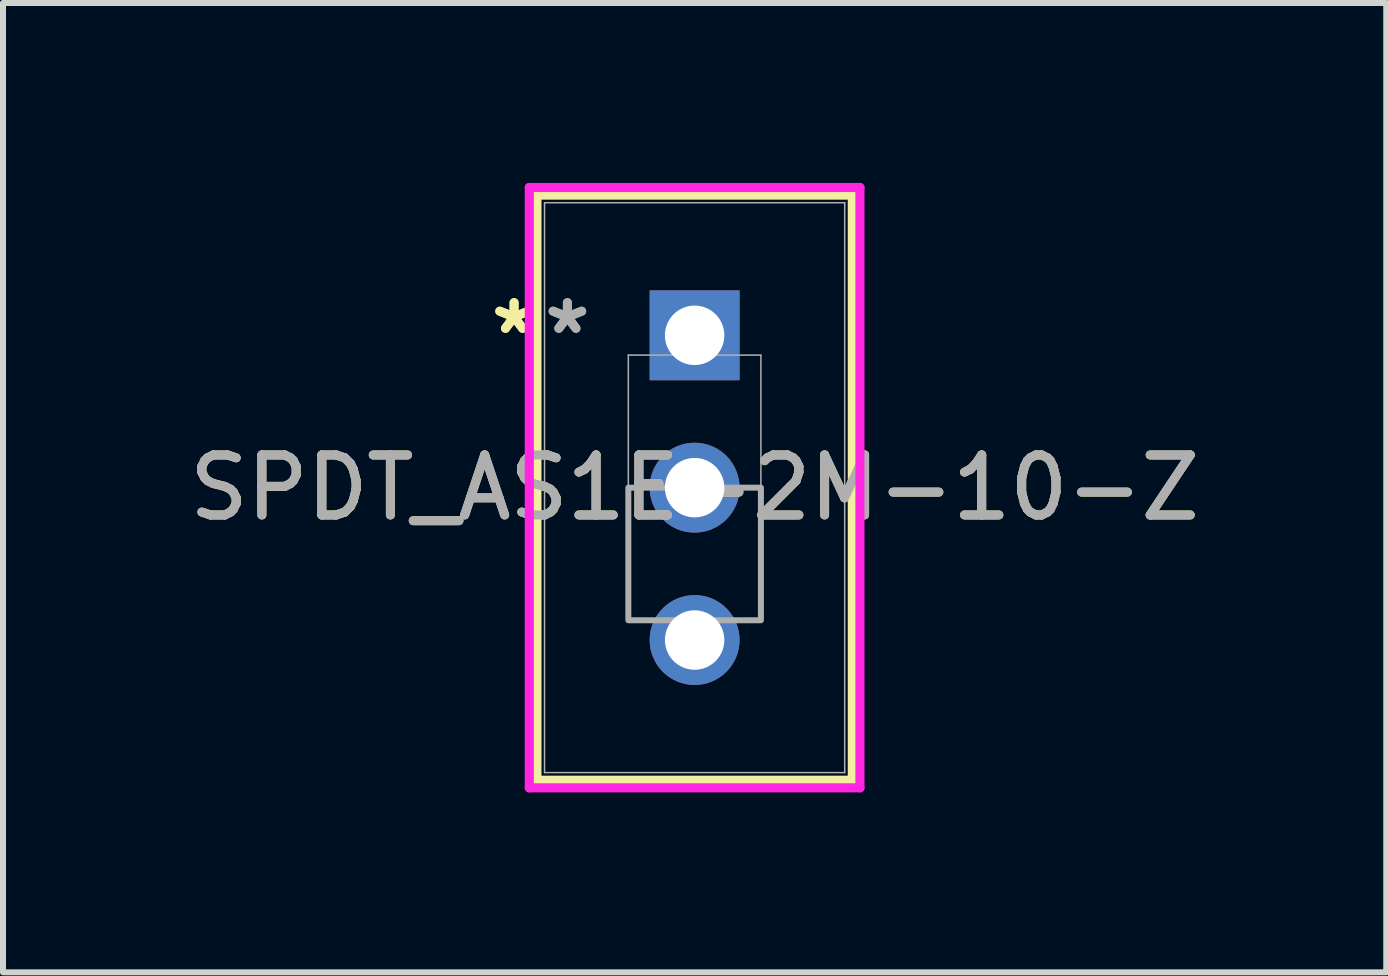
<source format=kicad_pcb>
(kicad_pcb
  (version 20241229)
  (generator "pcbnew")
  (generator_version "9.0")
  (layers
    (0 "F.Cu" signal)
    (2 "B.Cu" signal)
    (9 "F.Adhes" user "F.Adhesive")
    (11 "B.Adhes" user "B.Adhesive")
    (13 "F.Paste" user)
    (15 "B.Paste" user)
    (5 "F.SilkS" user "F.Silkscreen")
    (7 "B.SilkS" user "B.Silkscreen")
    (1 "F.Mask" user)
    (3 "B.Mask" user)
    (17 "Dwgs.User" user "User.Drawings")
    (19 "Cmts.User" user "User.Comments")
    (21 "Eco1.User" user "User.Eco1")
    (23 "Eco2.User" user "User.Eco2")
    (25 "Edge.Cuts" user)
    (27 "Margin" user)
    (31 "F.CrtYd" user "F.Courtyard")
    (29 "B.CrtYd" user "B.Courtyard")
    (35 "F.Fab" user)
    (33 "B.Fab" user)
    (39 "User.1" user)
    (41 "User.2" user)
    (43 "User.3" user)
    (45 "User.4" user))
  (footprint "SPDT_AS1E-2M-10-Z"
    (layer "F.Cu")
    (at 8.53 2.54)
    (property "Reference" "SPDT_AS1E-2M-10-Z" (at 0 2.54 0) (unlocked yes) (layer "F.SilkS") (effects (font (size 1 1) (thickness 0.15))))
    (attr through_hole)
    (fp_line (start -2.629 -2.337) (end -2.629 7.417) (stroke (width 0.152) (type solid)) (layer "F.SilkS"))
    (fp_line (start -2.629 7.417) (end 2.629 7.417) (stroke (width 0.152) (type solid)) (layer "F.SilkS"))
    (fp_line (start 2.629 -2.337) (end -2.629 -2.337) (stroke (width 0.152) (type solid)) (layer "F.SilkS"))
    (fp_line (start 2.629 7.417) (end 2.629 -2.337) (stroke (width 0.152) (type solid)) (layer "F.SilkS"))
    (fp_line (start -2.756 -2.464) (end -2.756 7.544) (stroke (width 0.152) (type solid)) (layer "F.CrtYd"))
    (fp_line (start -2.756 7.544) (end 2.756 7.544) (stroke (width 0.152) (type solid)) (layer "F.CrtYd"))
    (fp_line (start 2.756 -2.464) (end -2.756 -2.464) (stroke (width 0.152) (type solid)) (layer "F.CrtYd"))
    (fp_line (start 2.756 7.544) (end 2.756 -2.464) (stroke (width 0.152) (type solid)) (layer "F.CrtYd"))
    (fp_line (start -2.502 -2.21) (end -2.502 7.29) (stroke (width 0.025) (type solid)) (layer "F.Fab"))
    (fp_line (start -2.502 7.29) (end 2.502 7.29) (stroke (width 0.025) (type solid)) (layer "F.Fab"))
    (fp_line (start -1.105 0.33) (end 1.105 0.33) (stroke (width 0.025) (type solid)) (layer "F.Fab"))
    (fp_line (start -1.105 4.75) (end -1.105 0.33) (stroke (width 0.025) (type solid)) (layer "F.Fab"))
    (fp_line (start 1.105 0.33) (end 1.105 4.75) (stroke (width 0.025) (type solid)) (layer "F.Fab"))
    (fp_line (start 1.105 4.75) (end -1.105 4.75) (stroke (width 0.025) (type solid)) (layer "F.Fab"))
    (fp_line (start 2.502 -2.21) (end -2.502 -2.21) (stroke (width 0.025) (type solid)) (layer "F.Fab"))
    (fp_line (start 2.502 7.29) (end 2.502 -2.21) (stroke (width 0.025) (type solid)) (layer "F.Fab"))
    (fp_poly (pts (xy -1.105 4.75) (xy -1.105 2.54) (xy 1.105 2.54) (xy 1.105 4.75)) (stroke (width 0.1) (type solid)) (fill no) (layer "F.Fab"))
    (fp_text user "*" (at -3.01 0 0) (layer "F.SilkS") (effects (font (size 1 1) (thickness 0.15))))
    (fp_text user "*" (at -3.01 0 0) (unlocked yes) (layer "F.SilkS") (effects (font (size 1 1) (thickness 0.15))))
    (fp_text user "${REFERENCE}" (at 0 2.54 0) (unlocked yes) (layer "F.Fab") (effects (font (size 1 1) (thickness 0.15))))
    (fp_text user "*" (at -2.121 0 0) (unlocked yes) (layer "F.Fab") (effects (font (size 1 1) (thickness 0.15))))
    (fp_text user "*" (at -2.121 0 0) (layer "F.Fab") (effects (font (size 1 1) (thickness 0.15))))
    (pad "1" thru_hole rect (at 0 0) (size 1.499 1.499) (drill 0.991) (layers "*.Cu" "*.Mask"))
    (pad "2" thru_hole circle (at 0 2.54) (size 1.499 1.499) (drill 0.991) (layers "*.Cu" "*.Mask"))
    (pad "3" thru_hole circle (at 0 5.08) (size 1.499 1.499) (drill 0.991) (layers "*.Cu" "*.Mask")))
  (gr_rect
    (start -3 -3)
    (end 20.06 13.16)
    (stroke (width 0.1) (type default))
    (fill no)
    (layer "Edge.Cuts")))
</source>
